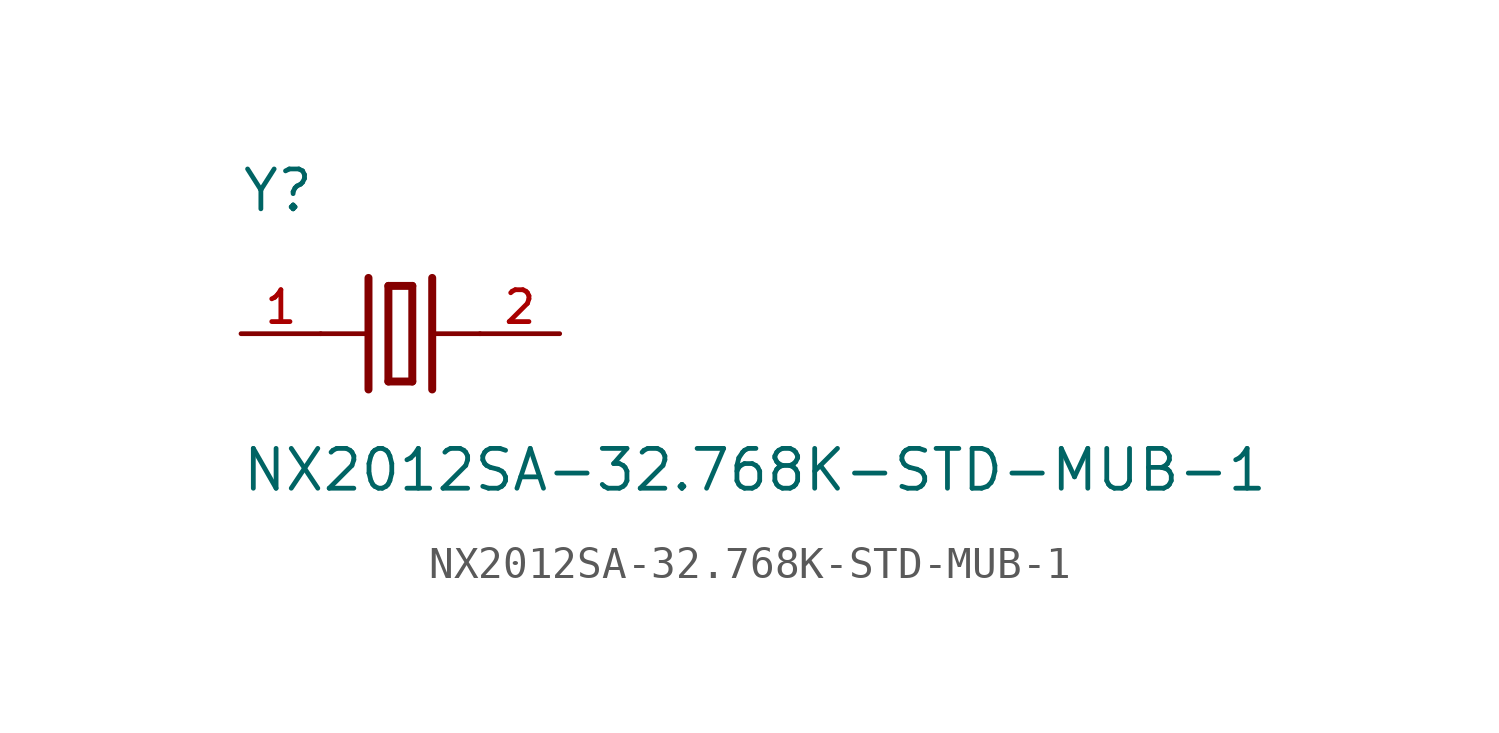
<source format=kicad_sym>
(kicad_symbol_lib
  (version 20211014)
  (generator kicad_symbol_editor)
  (symbol "NX2012SA-32.768K-STD-MUB-1"
    (pin_names
      (offset 1.016))
    (property "Reference" "Y"
      (at -5.092 3.819 0)
      (effects (font (size 1.27 1.27)) (justify bottom left)))
    (property "Value" "NX2012SA-32.768K-STD-MUB-1"
      (at -5.091 -5.091 0)
      (effects (font (size 1.27 1.27)) (justify bottom left)))
    (symbol "NX2012SA-32.768K-STD-MUB-1_0_0"
      (polyline (pts (xy 1.016 0.0) (xy 2.54 0.0)) (stroke (width 0.152)))
      (polyline (pts (xy -2.54 0.0) (xy -1.016 0.0)) (stroke (width 0.152)))
      (polyline (pts (xy -0.381 1.524) (xy -0.381 -1.524)) (stroke (width 0.254)))
      (polyline (pts (xy -0.381 -1.524) (xy 0.381 -1.524)) (stroke (width 0.254)))
      (polyline (pts (xy 0.381 -1.524) (xy 0.381 1.524)) (stroke (width 0.254)))
      (polyline (pts (xy 0.381 1.524) (xy -0.381 1.524)) (stroke (width 0.254)))
      (polyline (pts (xy 1.016 1.778) (xy 1.016 -1.778)) (stroke (width 0.254)))
      (polyline (pts (xy -1.016 1.778) (xy -1.016 -1.778)) (stroke (width 0.254)))
      (pin passive line (at 5.08 0.0 180.0) (length 2.54) (name "~" (effects (font (size 1.016 1.016)))) (number "2" (effects (font (size 1.016 1.016)))))
      (pin passive line (at -5.08 0.0 0) (length 2.54) (name "~" (effects (font (size 1.016 1.016)))) (number "1" (effects (font (size 1.016 1.016))))))))
</source>
